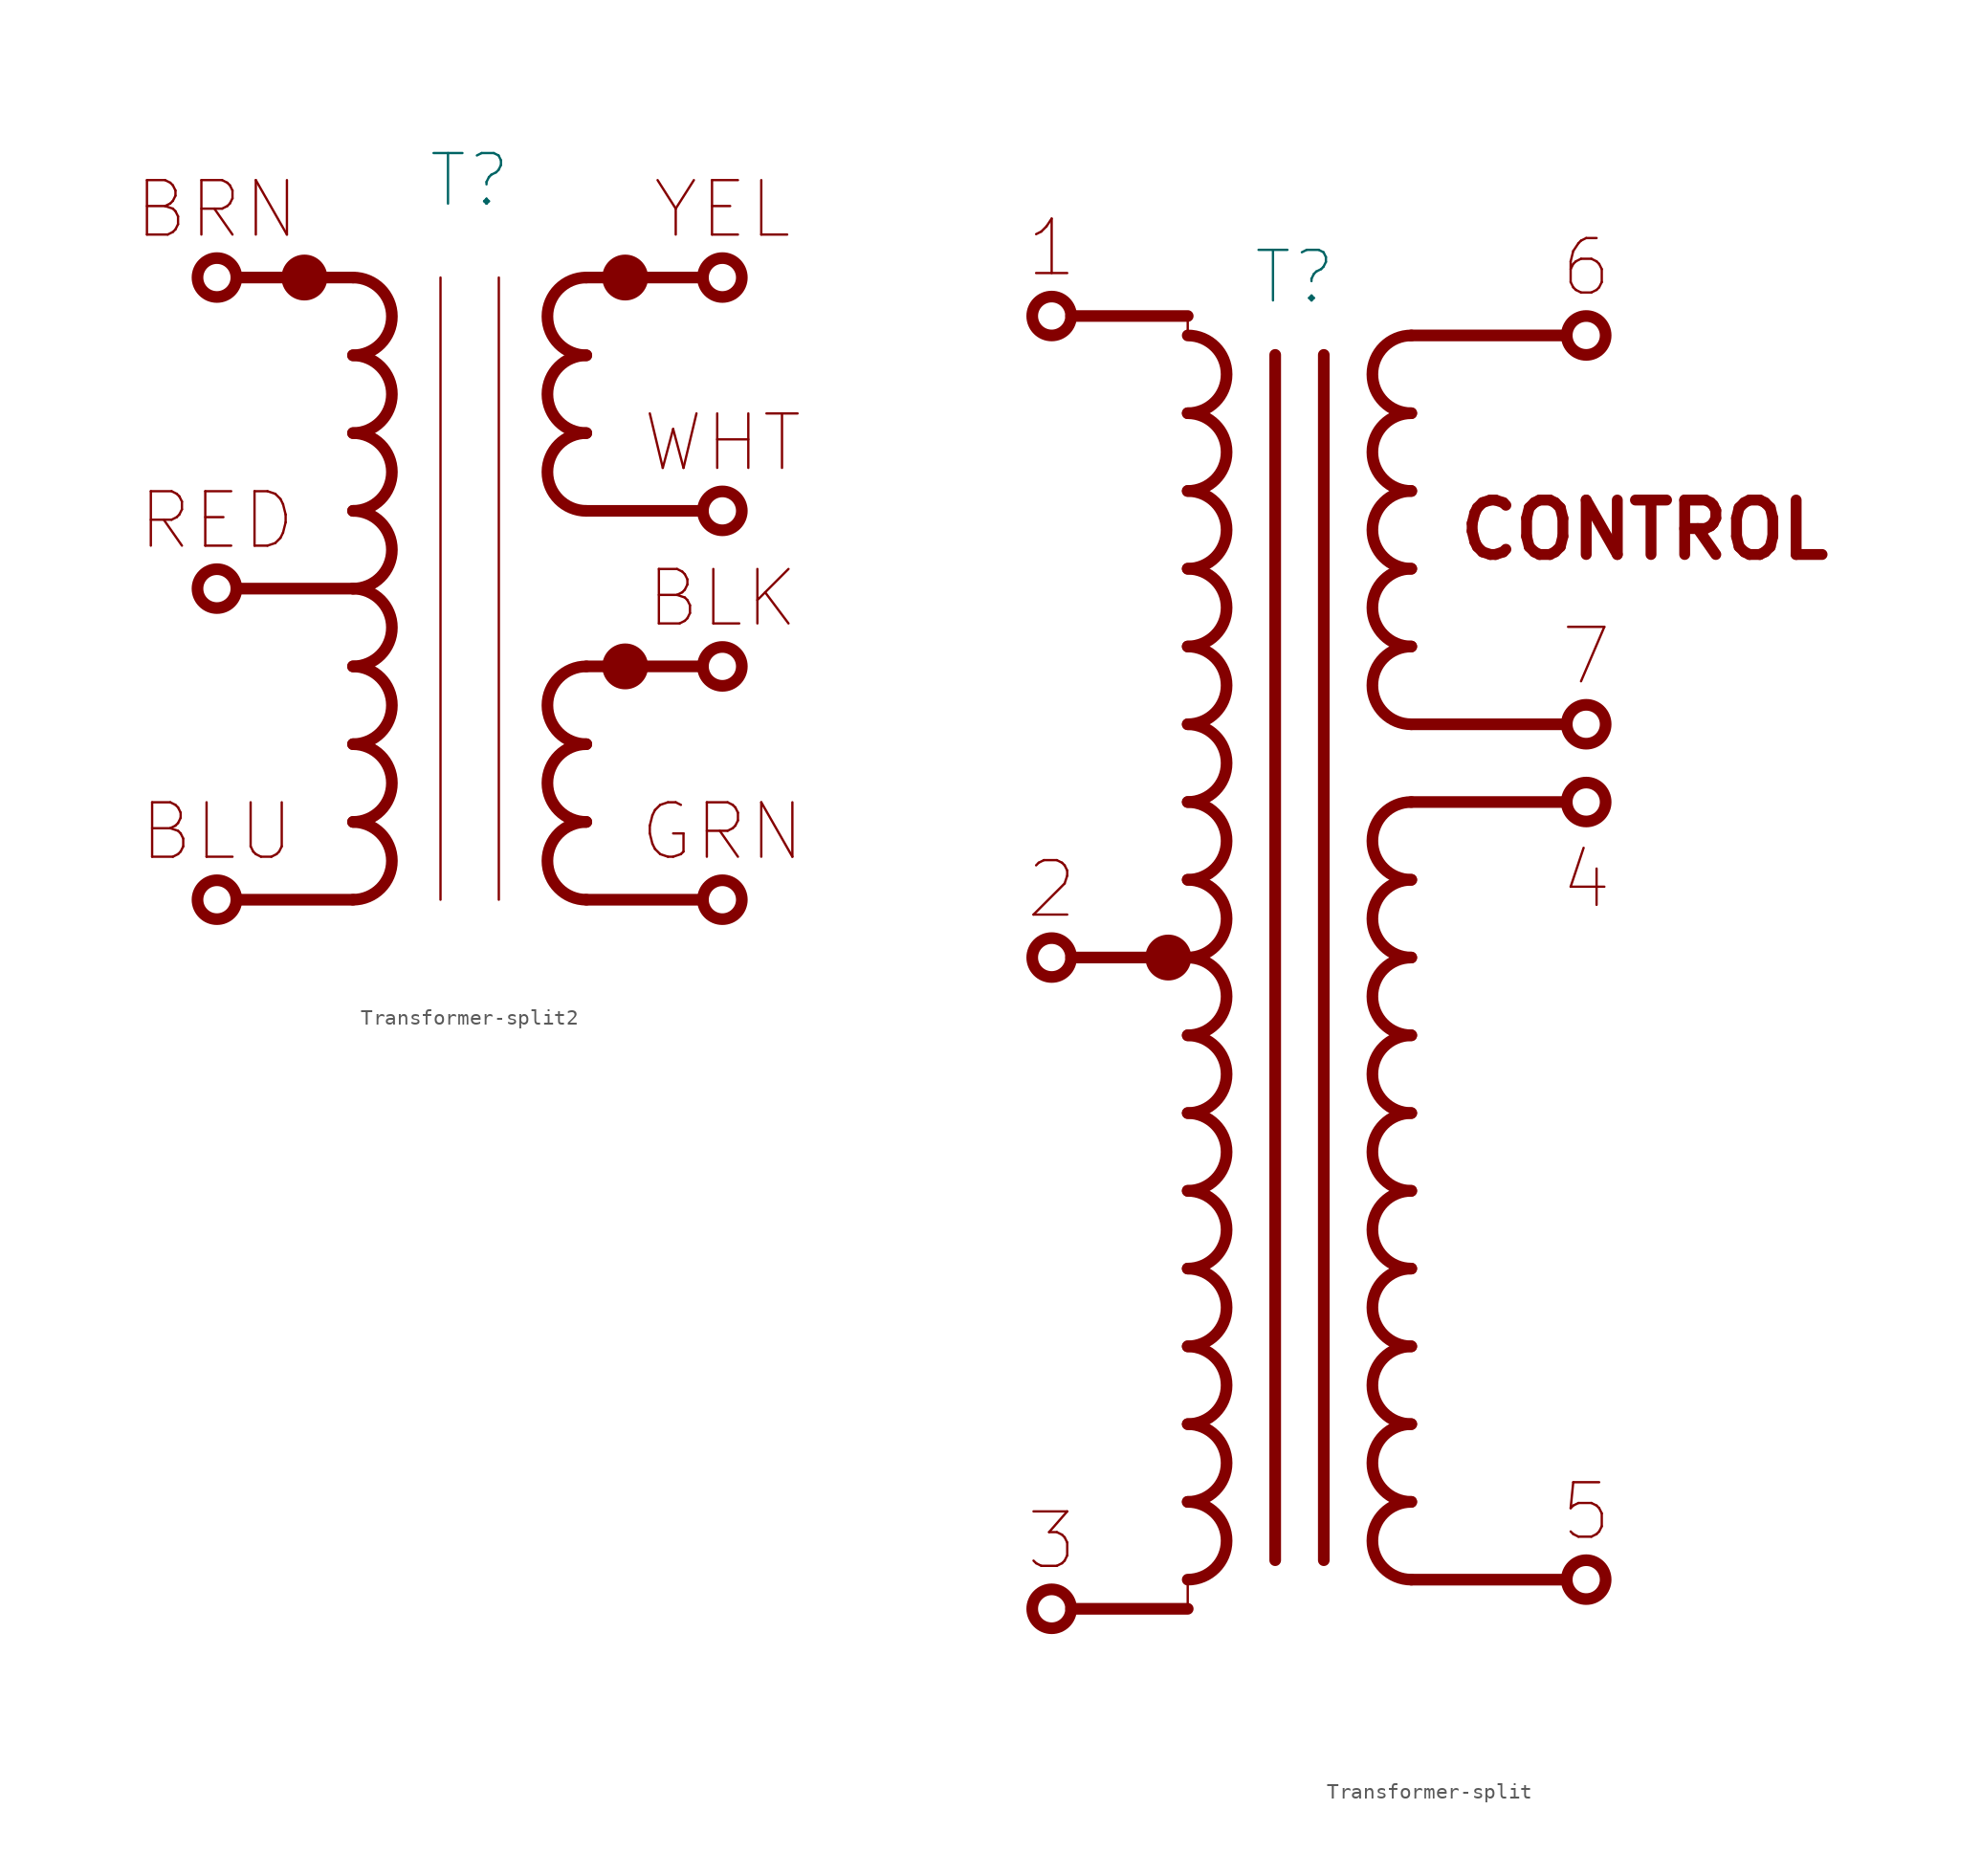
<source format=kicad_sym>
(kicad_symbol_lib
  (version 20211014)
  (generator kicad_symbol_editor)
  (symbol "Transformer-split2"
    (pin_names
      (offset 0) hide)
    (property "Reference" "T"
      (at 0 26.67 0)
      (effects (font (size 3.302 3.302))))
    (symbol "Transformer-split2_0_0"
      (polyline (pts (xy 15.24 -20.32) (xy 7.62 -20.32)) (stroke (width 0.762) (type default) (color 0 0 0 0)) (fill (type none)))
      (polyline (pts (xy 15.24 -5.08) (xy 7.62 -5.08)) (stroke (width 0.762) (type default) (color 0 0 0 0)) (fill (type none)))
      (polyline (pts (xy 15.24 5.08) (xy 7.62 5.08)) (stroke (width 0.762) (type default) (color 0 0 0 0)) (fill (type none)))
      (polyline (pts (xy 15.24 20.32) (xy 7.62 20.32)) (stroke (width 0.762) (type default) (color 0 0 0 0)) (fill (type none)))
      (text "BLK" (at 16.51 -0.635 0) (effects (font (size 3.556 3.556))))
      (text "BLU" (at -16.51 -15.875 0) (effects (font (size 3.556 3.556))))
      (text "BRN" (at -16.51 24.765 0) (effects (font (size 3.556 3.556))))
      (text "GRN" (at 16.51 -15.875 0) (effects (font (size 3.556 3.556))))
      (text "RED" (at -16.51 4.445 0) (effects (font (size 3.556 3.556))))
      (text "WHT" (at 16.51 9.525 0) (effects (font (size 3.556 3.556))))
      (text "YEL" (at 16.51 24.765 0) (effects (font (size 3.556 3.556)))))
    (symbol "Transformer-split2_0_1"
      (circle (center -10.795 20.32) (radius 1.422) (stroke (width 0) (type default) (color 0 0 0 0)) (fill (type outline)))
      (arc (start -7.62 -15.24) (mid -5.08 -12.7) (end -7.62 -10.16) (stroke (width 0.762) (type default) (color 0 0 0 0)) (fill (type none)))
      (arc (start -7.62 -10.16) (mid -5.08 -7.62) (end -7.62 -5.08) (stroke (width 0.762) (type default) (color 0 0 0 0)) (fill (type none)))
      (arc (start -7.62 -5.08) (mid -5.08 -2.54) (end -7.62 0) (stroke (width 0.762) (type default) (color 0 0 0 0)) (fill (type none)))
      (arc (start -7.62 0) (mid -5.08 2.54) (end -7.62 5.08) (stroke (width 0.762) (type default) (color 0 0 0 0)) (fill (type none)))
      (arc (start -7.62 5.08) (mid -5.08 7.62) (end -7.62 10.16) (stroke (width 0.762) (type default) (color 0 0 0 0)) (fill (type none)))
      (arc (start -7.62 10.16) (mid -5.08 12.7) (end -7.62 15.24) (stroke (width 0.762) (type default) (color 0 0 0 0)) (fill (type none)))
      (polyline (pts (xy -1.905 20.32) (xy -1.905 -20.32)) (stroke (width 0) (type default) (color 0 0 0 0)) (fill (type none)))
      (polyline (pts (xy 1.905 20.32) (xy 1.905 -20.32)) (stroke (width 0) (type default) (color 0 0 0 0)) (fill (type none)))
      (circle (center 10.16 -5.08) (radius 1.422) (stroke (width 0) (type default) (color 0 0 0 0)) (fill (type outline)))
      (circle (center 10.16 20.32) (radius 1.422) (stroke (width 0) (type default) (color 0 0 0 0)) (fill (type outline)))
      (circle (center 16.51 20.32) (radius 1.27) (stroke (width 0.762) (type default) (color 0 0 0 0)) (fill (type none))))
    (symbol "Transformer-split2_1_1"
      (circle (center -16.51 -20.32) (radius 1.27) (stroke (width 0.762) (type default) (color 0 0 0 0)) (fill (type none)))
      (circle (center -16.51 0) (radius 1.27) (stroke (width 0.762) (type default) (color 0 0 0 0)) (fill (type none)))
      (circle (center -16.51 20.32) (radius 1.27) (stroke (width 0.762) (type default) (color 0 0 0 0)) (fill (type none)))
      (arc (start -7.62 -20.32) (mid -5.08 -17.78) (end -7.62 -15.24) (stroke (width 0.762) (type default) (color 0 0 0 0)) (fill (type none)))
      (arc (start -7.62 15.24) (mid -5.08 17.78) (end -7.62 20.32) (stroke (width 0.762) (type default) (color 0 0 0 0)) (fill (type none)))
      (polyline (pts (xy -7.62 -20.32) (xy -15.24 -20.32)) (stroke (width 0.762) (type default) (color 0 0 0 0)) (fill (type none)))
      (polyline (pts (xy -7.62 0) (xy -15.24 0)) (stroke (width 0.762) (type default) (color 0 0 0 0)) (fill (type none)))
      (polyline (pts (xy -7.62 20.32) (xy -15.24 20.32)) (stroke (width 0.762) (type default) (color 0 0 0 0)) (fill (type none)))
      (arc (start 7.62 -15.24) (mid 5.08 -17.78) (end 7.62 -20.32) (stroke (width 0.762) (type default) (color 0 0 0 0)) (fill (type none)))
      (arc (start 7.62 -10.16) (mid 5.08 -12.7) (end 7.62 -15.24) (stroke (width 0.762) (type default) (color 0 0 0 0)) (fill (type none)))
      (arc (start 7.62 -5.08) (mid 5.08 -7.62) (end 7.62 -10.16) (stroke (width 0.762) (type default) (color 0 0 0 0)) (fill (type none)))
      (arc (start 7.62 10.16) (mid 5.08 7.62) (end 7.62 5.08) (stroke (width 0.762) (type default) (color 0 0 0 0)) (fill (type none)))
      (arc (start 7.62 15.24) (mid 5.08 12.7) (end 7.62 10.16) (stroke (width 0.762) (type default) (color 0 0 0 0)) (fill (type none)))
      (arc (start 7.62 20.32) (mid 5.08 17.78) (end 7.62 15.24) (stroke (width 0.762) (type default) (color 0 0 0 0)) (fill (type none)))
      (circle (center 16.51 -20.32) (radius 1.27) (stroke (width 0.762) (type default) (color 0 0 0 0)) (fill (type none)))
      (circle (center 16.51 -5.08) (radius 1.27) (stroke (width 0.762) (type default) (color 0 0 0 0)) (fill (type none)))
      (circle (center 16.51 5.08) (radius 1.27) (stroke (width 0.762) (type default) (color 0 0 0 0)) (fill (type none)))
      (pin passive line (at -17.78 20.32 0) (length 0) hide (name "BRN" (effects (font (size 2.54 2.54)))) (number "1" (effects (font (size 2.54 2.54)))))
      (pin passive line (at -17.78 0 0) (length 0) hide (name "RED" (effects (font (size 1.27 1.27)))) (number "2" (effects (font (size 2.54 2.54)))))
      (pin passive line (at -17.78 -20.32 0) (length 0) hide (name "BLU" (effects (font (size 1.27 1.27)))) (number "3" (effects (font (size 2.54 2.54)))))
      (pin passive line (at 17.78 -5.08 180) (length 0) hide (name "BLK" (effects (font (size 1.27 1.27)))) (number "4" (effects (font (size 2.54 2.54)))))
      (pin passive line (at 17.78 -20.32 180) (length 0) hide (name "GRN" (effects (font (size 3.556 3.556)))) (number "5" (effects (font (size 2.54 2.54)))))
      (pin passive line (at 17.78 20.32 180) (length 0) hide (name "YEL" (effects (font (size 1.27 1.27)))) (number "6" (effects (font (size 2.54 2.54)))))
      (pin passive line (at 17.78 5.08 180) (length 0) hide (name "WHT" (effects (font (size 1.27 1.27)))) (number "7" (effects (font (size 2.54 2.54)))))))
  (symbol "Transformer-split"
    (pin_names
      (offset 0) hide)
    (property "Reference" "T"
      (at -0.635 44.45 0)
      (effects (font (size 3.302 3.302))))
    (symbol "Transformer-split_0_0"
      (text "1" (at -16.51 46.355 0) (effects (font (size 3.556 3.556))))
      (text "2" (at -16.51 4.445 0) (effects (font (size 3.556 3.556))))
      (text "3" (at -16.51 -38.1 0) (effects (font (size 3.556 3.556))))
      (text "4" (at 18.415 5.08 0) (effects (font (size 3.556 3.556))))
      (text "5" (at 18.415 -36.195 0) (effects (font (size 3.556 3.556))))
      (text "6" (at 18.415 45.085 0) (effects (font (size 3.556 3.556))))
      (text "7" (at 18.415 19.685 0) (effects (font (size 3.556 3.556))))
      (text "CONTROL" (at 22.225 27.94 0) (effects (font (size 3.556 3.556) bold))))
    (symbol "Transformer-split_0_1"
      (circle (center -8.89 0) (radius 1.422) (stroke (width 0) (type default) (color 0 0 0 0)) (fill (type outline)))
      (arc (start -7.62 -40.64) (mid -5.08 -38.1) (end -7.62 -35.56) (stroke (width 0.762) (type default) (color 0 0 0 0)) (fill (type none)))
      (arc (start -7.62 -30.48) (mid -5.08 -27.94) (end -7.62 -25.4) (stroke (width 0.762) (type default) (color 0 0 0 0)) (fill (type none)))
      (arc (start -7.62 -25.4) (mid -5.08 -22.86) (end -7.62 -20.32) (stroke (width 0.762) (type default) (color 0 0 0 0)) (fill (type none)))
      (arc (start -7.62 -15.24) (mid -5.08 -12.7) (end -7.62 -10.16) (stroke (width 0.762) (type default) (color 0 0 0 0)) (fill (type none)))
      (arc (start -7.62 -10.16) (mid -5.08 -7.62) (end -7.62 -5.08) (stroke (width 0.762) (type default) (color 0 0 0 0)) (fill (type none)))
      (arc (start -7.62 -5.08) (mid -5.08 -2.54) (end -7.62 0) (stroke (width 0.762) (type default) (color 0 0 0 0)) (fill (type none)))
      (arc (start -7.62 0) (mid -5.08 2.54) (end -7.62 5.08) (stroke (width 0.762) (type default) (color 0 0 0 0)) (fill (type none)))
      (arc (start -7.62 5.08) (mid -5.08 7.62) (end -7.62 10.16) (stroke (width 0.762) (type default) (color 0 0 0 0)) (fill (type none)))
      (arc (start -7.62 10.16) (mid -5.08 12.7) (end -7.62 15.24) (stroke (width 0.762) (type default) (color 0 0 0 0)) (fill (type none)))
      (arc (start -7.62 20.32) (mid -5.08 22.86) (end -7.62 25.4) (stroke (width 0.762) (type default) (color 0 0 0 0)) (fill (type none)))
      (arc (start -7.62 25.4) (mid -5.08 27.94) (end -7.62 30.48) (stroke (width 0.762) (type default) (color 0 0 0 0)) (fill (type none)))
      (arc (start -7.62 35.56) (mid -5.08 38.1) (end -7.62 40.64) (stroke (width 0.762) (type default) (color 0 0 0 0)) (fill (type none)))
      (polyline (pts (xy -7.62 -40.64) (xy -7.62 -42.545)) (stroke (width 0) (type default) (color 0 0 0 0)) (fill (type none)))
      (polyline (pts (xy -7.62 40.64) (xy -7.62 41.91)) (stroke (width 0) (type default) (color 0 0 0 0)) (fill (type none)))
      (polyline (pts (xy -1.905 39.37) (xy -1.905 -39.37)) (stroke (width 0.762) (type default) (color 0 0 0 0)) (fill (type none)))
      (polyline (pts (xy 6.985 40.64) (xy 17.145 40.64)) (stroke (width 0.762) (type default) (color 0 0 0 0)) (fill (type none)))
      (circle (center 18.415 40.64) (radius 1.27) (stroke (width 0.762) (type default) (color 0 0 0 0)) (fill (type none))))
    (symbol "Transformer-split_1_1"
      (circle (center -16.51 -42.545) (radius 1.27) (stroke (width 0.762) (type default) (color 0 0 0 0)) (fill (type none)))
      (circle (center -16.51 0) (radius 1.27) (stroke (width 0.762) (type default) (color 0 0 0 0)) (fill (type none)))
      (circle (center -16.51 41.91) (radius 1.27) (stroke (width 0.762) (type default) (color 0 0 0 0)) (fill (type none)))
      (arc (start -7.62 -35.56) (mid -5.08 -33.02) (end -7.62 -30.48) (stroke (width 0.762) (type default) (color 0 0 0 0)) (fill (type none)))
      (arc (start -7.62 -20.32) (mid -5.08 -17.78) (end -7.62 -15.24) (stroke (width 0.762) (type default) (color 0 0 0 0)) (fill (type none)))
      (arc (start -7.62 15.24) (mid -5.08 17.78) (end -7.62 20.32) (stroke (width 0.762) (type default) (color 0 0 0 0)) (fill (type none)))
      (arc (start -7.62 30.48) (mid -5.08 33.02) (end -7.62 35.56) (stroke (width 0.762) (type default) (color 0 0 0 0)) (fill (type none)))
      (polyline (pts (xy -7.62 -42.545) (xy -15.24 -42.545)) (stroke (width 0.762) (type default) (color 0 0 0 0)) (fill (type none)))
      (polyline (pts (xy -7.62 0) (xy -15.24 0)) (stroke (width 0.762) (type default) (color 0 0 0 0)) (fill (type none)))
      (polyline (pts (xy -7.62 41.91) (xy -15.24 41.91)) (stroke (width 0.762) (type default) (color 0 0 0 0)) (fill (type none)))
      (polyline (pts (xy 1.27 -39.37) (xy 1.27 39.37)) (stroke (width 0.762) (type default) (color 0 0 0 0)) (fill (type none)))
      (polyline (pts (xy 6.985 -40.64) (xy 17.145 -40.64)) (stroke (width 0.762) (type default) (color 0 0 0 0)) (fill (type none)))
      (polyline (pts (xy 6.985 10.16) (xy 17.145 10.16)) (stroke (width 0.762) (type default) (color 0 0 0 0)) (fill (type none)))
      (polyline (pts (xy 6.985 15.24) (xy 17.145 15.24)) (stroke (width 0.762) (type default) (color 0 0 0 0)) (fill (type none)))
      (arc (start 6.985 -35.56) (mid 4.445 -38.1) (end 6.985 -40.64) (stroke (width 0.762) (type default) (color 0 0 0 0)) (fill (type none)))
      (arc (start 6.985 -30.48) (mid 4.445 -33.02) (end 6.985 -35.56) (stroke (width 0.762) (type default) (color 0 0 0 0)) (fill (type none)))
      (arc (start 6.985 -25.4) (mid 4.445 -27.94) (end 6.985 -30.48) (stroke (width 0.762) (type default) (color 0 0 0 0)) (fill (type none)))
      (arc (start 6.985 -20.32) (mid 4.445 -22.86) (end 6.985 -25.4) (stroke (width 0.762) (type default) (color 0 0 0 0)) (fill (type none)))
      (arc (start 6.985 -15.24) (mid 4.445 -17.78) (end 6.985 -20.32) (stroke (width 0.762) (type default) (color 0 0 0 0)) (fill (type none)))
      (arc (start 6.985 -10.16) (mid 4.445 -12.7) (end 6.985 -15.24) (stroke (width 0.762) (type default) (color 0 0 0 0)) (fill (type none)))
      (arc (start 6.985 -5.08) (mid 4.445 -7.62) (end 6.985 -10.16) (stroke (width 0.762) (type default) (color 0 0 0 0)) (fill (type none)))
      (arc (start 6.985 0) (mid 4.445 -2.54) (end 6.985 -5.08) (stroke (width 0.762) (type default) (color 0 0 0 0)) (fill (type none)))
      (arc (start 6.985 5.08) (mid 4.445 2.54) (end 6.985 0) (stroke (width 0.762) (type default) (color 0 0 0 0)) (fill (type none)))
      (arc (start 6.985 10.16) (mid 4.445 7.62) (end 6.985 5.08) (stroke (width 0.762) (type default) (color 0 0 0 0)) (fill (type none)))
      (arc (start 6.985 20.32) (mid 4.445 17.78) (end 6.985 15.24) (stroke (width 0.762) (type default) (color 0 0 0 0)) (fill (type none)))
      (arc (start 6.985 25.4) (mid 4.445 22.86) (end 6.985 20.32) (stroke (width 0.762) (type default) (color 0 0 0 0)) (fill (type none)))
      (arc (start 6.985 30.48) (mid 4.445 27.94) (end 6.985 25.4) (stroke (width 0.762) (type default) (color 0 0 0 0)) (fill (type none)))
      (arc (start 6.985 35.56) (mid 4.445 33.02) (end 6.985 30.48) (stroke (width 0.762) (type default) (color 0 0 0 0)) (fill (type none)))
      (arc (start 6.985 40.64) (mid 4.445 38.1) (end 6.985 35.56) (stroke (width 0.762) (type default) (color 0 0 0 0)) (fill (type none)))
      (circle (center 18.415 -40.64) (radius 1.27) (stroke (width 0.762) (type default) (color 0 0 0 0)) (fill (type none)))
      (circle (center 18.415 10.16) (radius 1.27) (stroke (width 0.762) (type default) (color 0 0 0 0)) (fill (type none)))
      (circle (center 18.415 15.24) (radius 1.27) (stroke (width 0.762) (type default) (color 0 0 0 0)) (fill (type none)))
      (pin passive line (at -17.78 41.91 0) (length 0) hide (name "1" (effects (font (size 2.54 2.54)))) (number "1" (effects (font (size 2.54 2.54)))))
      (pin passive line (at -17.78 0 0) (length 0) hide (name "2" (effects (font (size 1.27 1.27)))) (number "2" (effects (font (size 2.54 2.54)))))
      (pin passive line (at -17.78 -42.545 0) (length 0) hide (name "3" (effects (font (size 1.27 1.27)))) (number "3" (effects (font (size 2.54 2.54)))))
      (pin passive line (at 19.685 10.16 180) (length 0) hide (name "4" (effects (font (size 1.27 1.27)))) (number "4" (effects (font (size 2.54 2.54)))))
      (pin passive line (at 19.685 -40.64 180) (length 0) hide (name "5" (effects (font (size 3.556 3.556)))) (number "5" (effects (font (size 2.54 2.54)))))
      (pin passive line (at 19.685 40.64 180) (length 0) hide (name "6" (effects (font (size 1.27 1.27)))) (number "6" (effects (font (size 2.54 2.54)))))
      (pin passive line (at 19.685 15.24 180) (length 0) hide (name "7" (effects (font (size 1.27 1.27)))) (number "7" (effects (font (size 2.54 2.54))))))))
</source>
